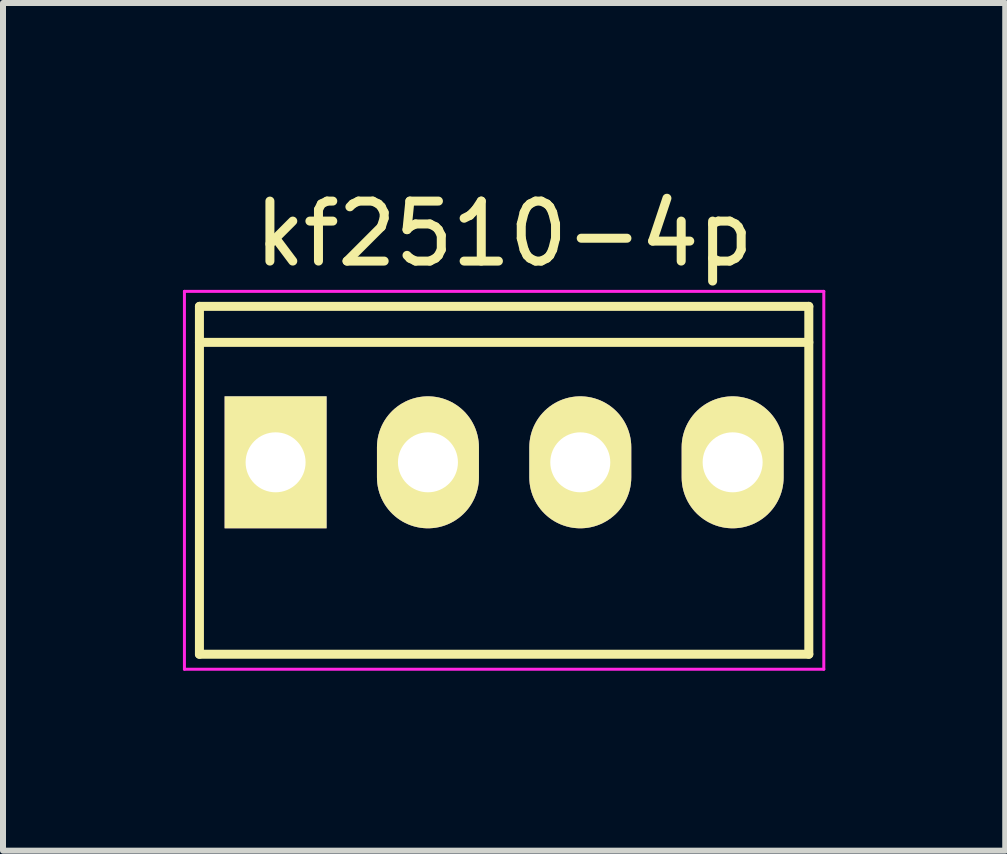
<source format=kicad_pcb>
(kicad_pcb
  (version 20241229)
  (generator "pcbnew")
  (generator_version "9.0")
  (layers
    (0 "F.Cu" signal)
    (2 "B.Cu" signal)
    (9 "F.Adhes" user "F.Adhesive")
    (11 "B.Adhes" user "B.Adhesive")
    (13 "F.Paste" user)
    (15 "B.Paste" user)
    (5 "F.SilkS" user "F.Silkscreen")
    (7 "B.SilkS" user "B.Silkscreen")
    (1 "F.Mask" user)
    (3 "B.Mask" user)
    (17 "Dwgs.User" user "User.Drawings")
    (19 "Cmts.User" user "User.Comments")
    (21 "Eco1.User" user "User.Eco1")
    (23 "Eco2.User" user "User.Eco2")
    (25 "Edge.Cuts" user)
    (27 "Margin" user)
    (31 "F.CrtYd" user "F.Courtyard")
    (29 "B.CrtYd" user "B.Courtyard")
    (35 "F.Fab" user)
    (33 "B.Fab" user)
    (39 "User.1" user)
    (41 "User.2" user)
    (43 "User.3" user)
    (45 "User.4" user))
  (footprint "kf2510-4p"
    (layer "F.Cu")
    (at 5.355 4.658)
    (property "Reference" "kf2510-4p" (at 0 -3.81 0) (layer "F.SilkS") (effects (font (size 1 1) (thickness 0.15))))
    (attr through_hole)
    (fp_line (start -5.08 -2.6) (end 5.08 -2.6) (stroke (width 0.15) (type solid)) (layer "F.SilkS"))
    (fp_line (start -5.08 -2) (end 5.08 -2) (stroke (width 0.15) (type solid)) (layer "F.SilkS"))
    (fp_line (start -5.08 3.2) (end -5.08 -2.6) (stroke (width 0.15) (type solid)) (layer "F.SilkS"))
    (fp_line (start 5.08 -2.6) (end 5.08 3.2) (stroke (width 0.15) (type solid)) (layer "F.SilkS"))
    (fp_line (start 5.08 3.2) (end -5.08 3.2) (stroke (width 0.15) (type solid)) (layer "F.SilkS"))
    (fp_line (start -5.33 -2.85) (end 5.33 -2.85) (stroke (width 0.05) (type solid)) (layer "F.CrtYd"))
    (fp_line (start -5.33 3.45) (end -5.33 -2.85) (stroke (width 0.05) (type solid)) (layer "F.CrtYd"))
    (fp_line (start 5.33 -2.85) (end 5.33 3.45) (stroke (width 0.05) (type solid)) (layer "F.CrtYd"))
    (fp_line (start 5.33 3.45) (end -5.33 3.45) (stroke (width 0.05) (type solid)) (layer "F.CrtYd"))
    (pad "1" thru_hole rect (at -3.81 0) (size 1.7 2.2) (drill 1) (layers "*.Cu" "*.Mask" "F.SilkS"))
    (pad "2" thru_hole oval (at -1.27 0) (size 1.7 2.2) (drill 1) (layers "*.Cu" "*.Mask" "F.SilkS"))
    (pad "3" thru_hole oval (at 1.27 0) (size 1.7 2.2) (drill 1) (layers "*.Cu" "*.Mask" "F.SilkS"))
    (pad "4" thru_hole oval (at 3.81 0) (size 1.7 2.2) (drill 1) (layers "*.Cu" "*.Mask" "F.SilkS")))
  (gr_rect
    (start -3 -3)
    (end 13.71 11.133)
    (stroke (width 0.1) (type default))
    (fill no)
    (layer "Edge.Cuts")))
</source>
